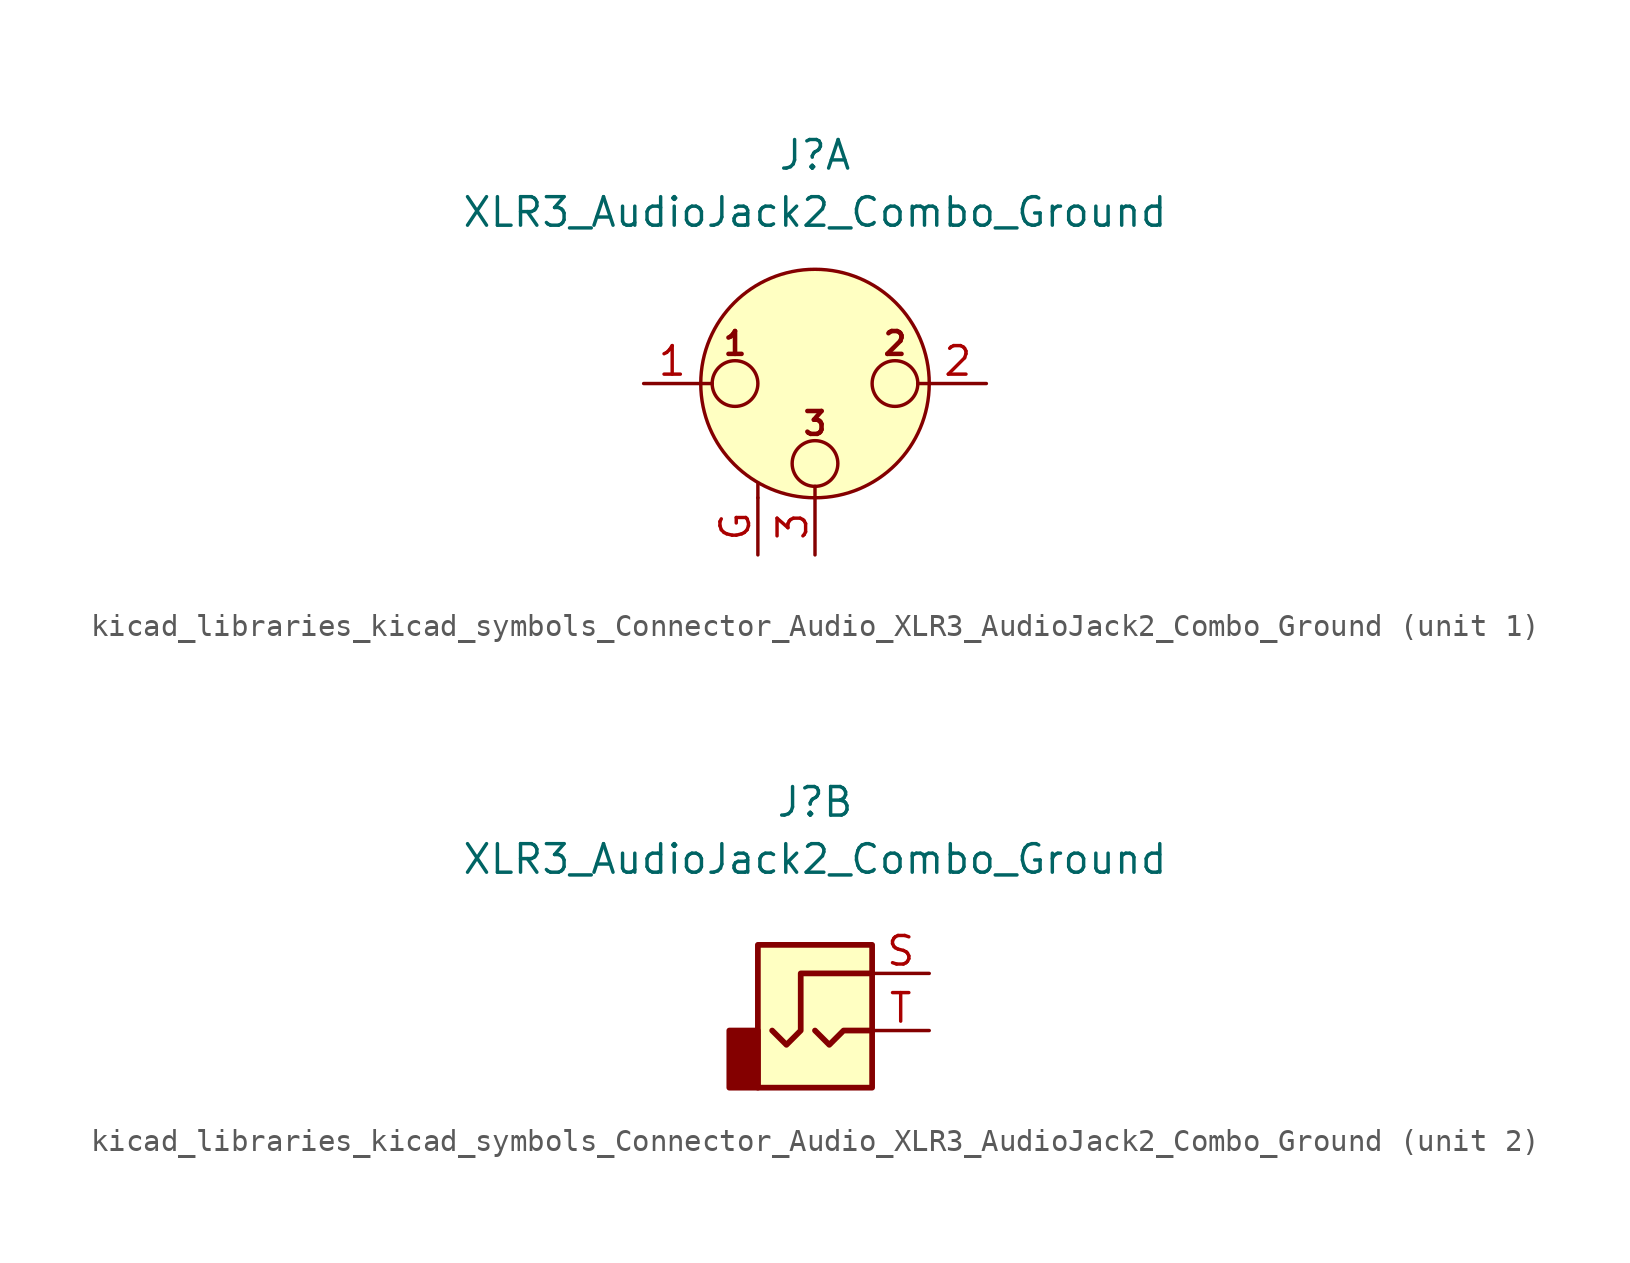
<source format=kicad_sym>
(kicad_symbol_lib
  (version 20220914)
  (generator kicad_symbol_editor)
  (symbol "kicad_libraries_kicad_symbols_Connector_Audio_XLR3_AudioJack2_Combo_Ground"
    (pin_names hide)
    (property "Reference" "J"
      (at 0 10.16 0)
      (effects (font (size 1.27 1.27))))
    (property "Value" "XLR3_AudioJack2_Combo_Ground"
      (at 0 7.62 0)
      (effects (font (size 1.27 1.27))))
    (symbol "kicad_libraries_kicad_symbols_Connector_Audio_XLR3_AudioJack2_Combo_Ground_1_1"
      (circle (center -3.556 0) (radius 1.016) (stroke (width 0) (type default)) (fill (type none)))
      (circle (center 0 -3.556) (radius 1.016) (stroke (width 0) (type default)) (fill (type none)))
      (polyline (pts (xy -5.08 0) (xy -4.572 0)) (stroke (width 0) (type default)) (fill (type none)))
      (polyline (pts (xy -2.54 -5.08) (xy -2.54 -4.445)) (stroke (width 0) (type default)) (fill (type none)))
      (polyline (pts (xy 0 -5.08) (xy 0 -4.572)) (stroke (width 0) (type default)) (fill (type none)))
      (polyline (pts (xy 5.08 0) (xy 4.572 0)) (stroke (width 0) (type default)) (fill (type none)))
      (circle (center 0 0) (radius 5.08) (stroke (width 0) (type default)) (fill (type background)))
      (circle (center 3.556 0) (radius 1.016) (stroke (width 0) (type default)) (fill (type none)))
      (text "1" (at -3.556 1.778 0) (effects (font (size 1.016 1.016) bold)))
      (text "2" (at 3.556 1.778 0) (effects (font (size 1.016 1.016) bold)))
      (text "3" (at 0 -1.778 0) (effects (font (size 1.016 1.016) bold)))
      (pin passive line (at -7.62 0 0) (length 2.54) (name "~" (effects (font (size 1.27 1.27)))) (number "1" (effects (font (size 1.27 1.27)))))
      (pin passive line (at 7.62 0 180) (length 2.54) (name "~" (effects (font (size 1.27 1.27)))) (number "2" (effects (font (size 1.27 1.27)))))
      (pin passive line (at 0 -7.62 90) (length 2.54) (name "~" (effects (font (size 1.27 1.27)))) (number "3" (effects (font (size 1.27 1.27)))))
      (pin passive line (at -2.54 -7.62 90) (length 2.54) (name "~" (effects (font (size 1.27 1.27)))) (number "G" (effects (font (size 1.27 1.27))))))
    (symbol "kicad_libraries_kicad_symbols_Connector_Audio_XLR3_AudioJack2_Combo_Ground_2_1"
      (rectangle (start -2.54 0) (end -3.81 -2.54) (stroke (width 0.254) (type default)) (fill (type outline)))
      (polyline (pts (xy 0 0) (xy 0.635 -0.635) (xy 1.27 0) (xy 2.54 0)) (stroke (width 0.254) (type default)) (fill (type none)))
      (polyline (pts (xy 2.54 2.54) (xy -0.635 2.54) (xy -0.635 0) (xy -1.27 -0.635) (xy -1.905 0)) (stroke (width 0.254) (type default)) (fill (type none)))
      (rectangle (start 2.54 3.81) (end -2.54 -2.54) (stroke (width 0.254) (type default)) (fill (type background)))
      (pin passive line (at 5.08 2.54 180) (length 2.54) (name "~" (effects (font (size 1.27 1.27)))) (number "S" (effects (font (size 1.27 1.27)))))
      (pin passive line (at 5.08 0 180) (length 2.54) (name "~" (effects (font (size 1.27 1.27)))) (number "T" (effects (font (size 1.27 1.27))))))))
</source>
